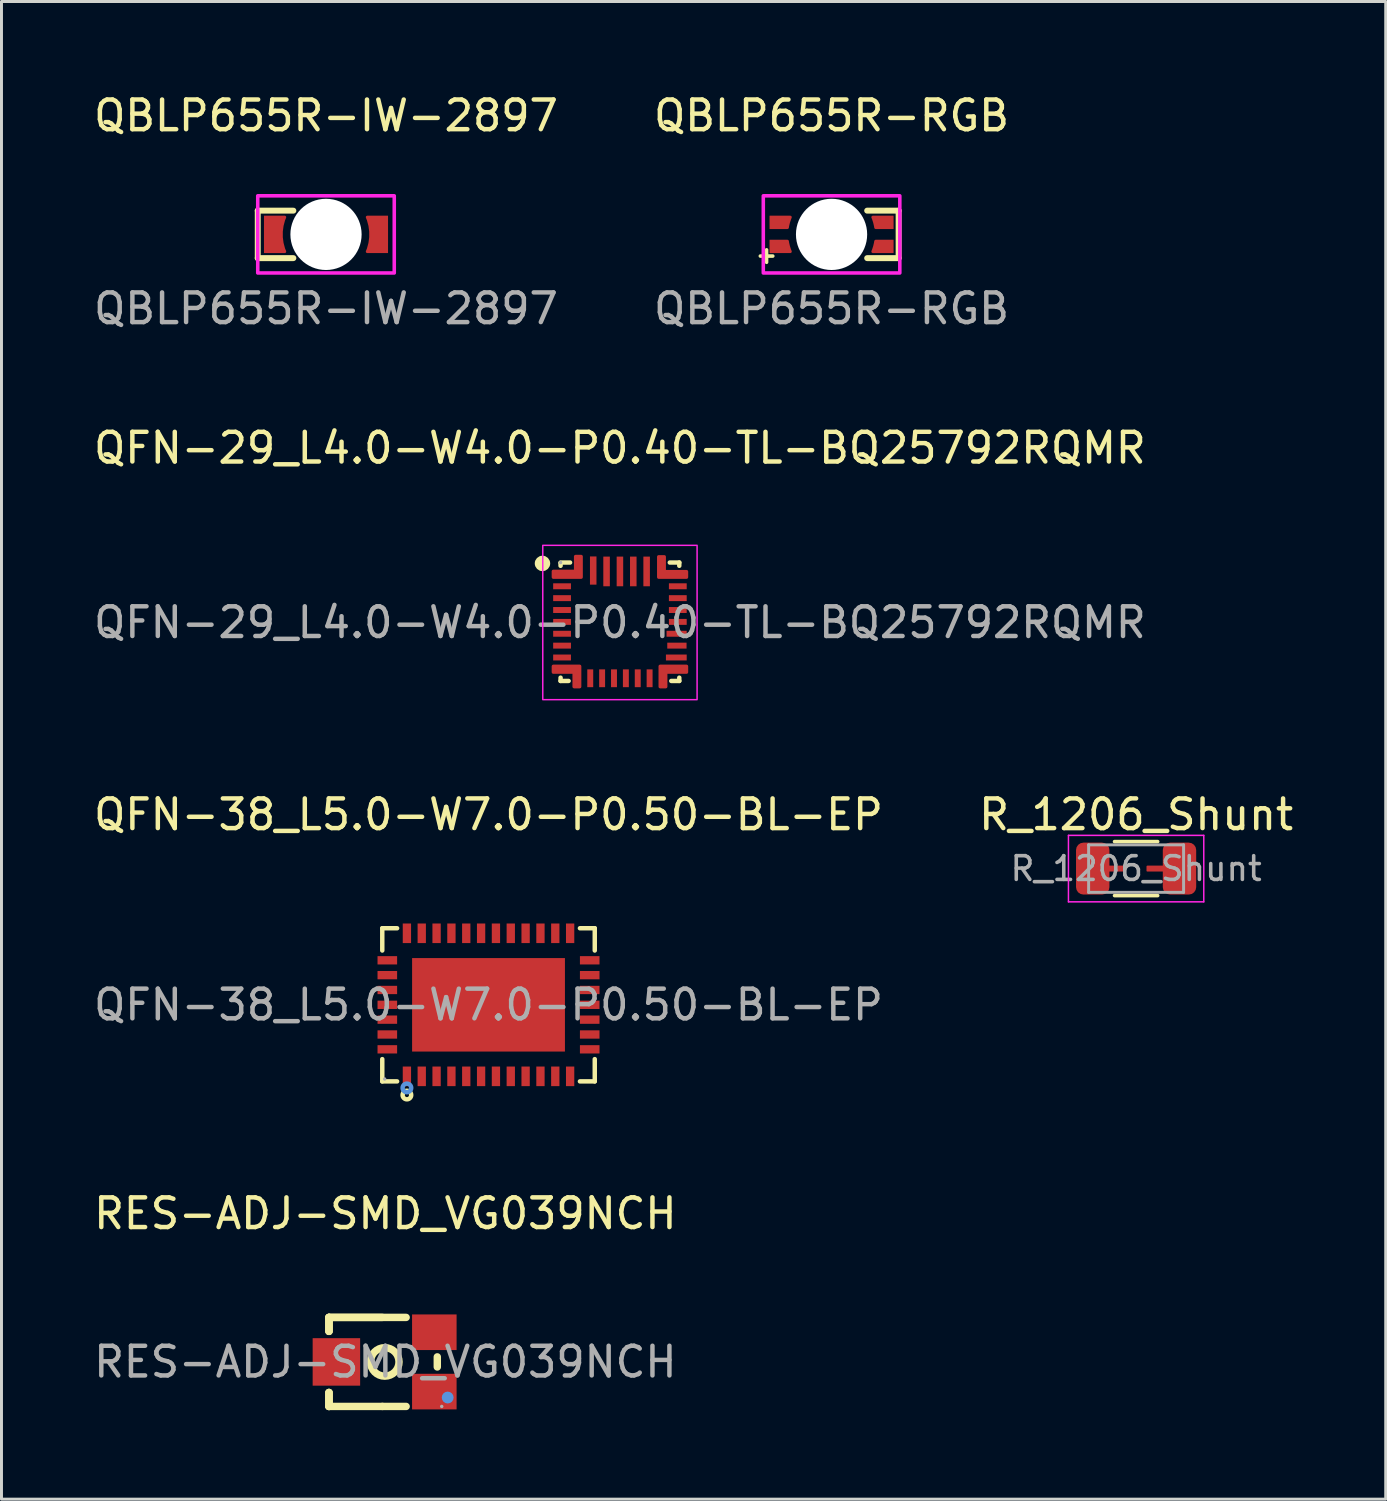
<source format=kicad_pcb>
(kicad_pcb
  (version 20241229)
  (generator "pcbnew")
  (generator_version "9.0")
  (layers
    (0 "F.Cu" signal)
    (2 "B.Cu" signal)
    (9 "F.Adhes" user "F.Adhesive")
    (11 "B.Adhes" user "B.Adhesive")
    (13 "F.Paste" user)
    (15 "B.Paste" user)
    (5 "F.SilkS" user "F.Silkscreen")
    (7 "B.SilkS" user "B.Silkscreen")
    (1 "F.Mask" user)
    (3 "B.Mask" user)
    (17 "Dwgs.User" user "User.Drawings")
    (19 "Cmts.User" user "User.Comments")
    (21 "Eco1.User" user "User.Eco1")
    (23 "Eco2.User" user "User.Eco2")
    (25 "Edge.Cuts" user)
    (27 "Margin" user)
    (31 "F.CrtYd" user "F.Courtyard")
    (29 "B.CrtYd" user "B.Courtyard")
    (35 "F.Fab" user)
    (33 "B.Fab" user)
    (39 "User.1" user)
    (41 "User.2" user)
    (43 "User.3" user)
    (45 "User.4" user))
  (footprint "QFN-29_L4.0-W4.0-P0.40-TL-BQ25792RQMR"
    (layer "F.Cu")
    (at 17.839 17.925)
    (property "Reference" "QFN-29_L4.0-W4.0-P0.40-TL-BQ25792RQMR" (at 0 -5.88 0) (layer "F.SilkS") (effects (font (size 1 1) (thickness 0.15))))
    (attr smd)
    (fp_line (start -2 -2.02) (end -1.68 -2.02) (stroke (width 0.15) (type solid)) (layer "F.SilkS"))
    (fp_line (start -2 -1.91) (end -2 -2) (stroke (width 0.15) (type solid)) (layer "F.SilkS"))
    (fp_line (start -2 1.97) (end -2 1.86) (stroke (width 0.15) (type solid)) (layer "F.SilkS"))
    (fp_line (start -1.73 1.97) (end -2 1.97) (stroke (width 0.15) (type solid)) (layer "F.SilkS"))
    (fp_line (start 1.68 -2.02) (end 2 -2.02) (stroke (width 0.15) (type solid)) (layer "F.SilkS"))
    (fp_line (start 2 -2.02) (end 2 -1.91) (stroke (width 0.15) (type solid)) (layer "F.SilkS"))
    (fp_line (start 2 1.86) (end 2 1.97) (stroke (width 0.15) (type solid)) (layer "F.SilkS"))
    (fp_line (start 2 1.97) (end 1.73 1.97) (stroke (width 0.15) (type solid)) (layer "F.SilkS"))
    (fp_circle (center -2.61 -1.99) (end -2.48 -1.99) (stroke (width 0.26) (type solid)) (fill no) (layer "F.SilkS"))
    (fp_rect (start -2.6 -2.6) (end 2.6 2.6) (stroke (width 0.05) (type default)) (fill no) (layer "F.CrtYd"))
    (fp_circle (center -2 -2.02) (end -1.97 -2.02) (stroke (width 0.06) (type solid)) (fill no) (layer "F.Fab"))
    (fp_text user "${REFERENCE}" (at 0 0 0) (layer "F.Fab") (effects (font (size 1 1) (thickness 0.15))))
    (pad "1" smd custom (at -1.77 -1.6) (size 0.01 0.01) (layers "F.Cu" "F.Mask" "F.Paste") (options (anchor circle)) (primitives (gr_poly (pts (xy 0.47 -0.13) (xy 0.47 -0.63) (xy 0.27 -0.63) (xy 0.27 -0.13) (xy -0.48 -0.13) (xy -0.48 0.08) (xy 0.47 0.08) (xy 0.47 -0.13)) (width 0.1) (fill yes))))
    (pad "2" smd rect (at -1.95 -1.22) (size 0.6 0.2) (layers "F.Cu" "F.Mask" "F.Paste"))
    (pad "3" smd rect (at -1.95 -0.82) (size 0.6 0.2) (layers "F.Cu" "F.Mask" "F.Paste"))
    (pad "4" smd rect (at -1.95 -0.42) (size 0.6 0.2) (layers "F.Cu" "F.Mask" "F.Paste"))
    (pad "5" smd rect (at -1.95 -0.02) (size 0.6 0.2) (layers "F.Cu" "F.Mask" "F.Paste"))
    (pad "6" smd rect (at -1.95 0.38) (size 0.6 0.2) (layers "F.Cu" "F.Mask" "F.Paste"))
    (pad "7" smd rect (at -1.95 0.78) (size 0.6 0.2) (layers "F.Cu" "F.Mask" "F.Paste"))
    (pad "8" smd rect (at -1.95 1.18) (size 0.6 0.2) (layers "F.Cu" "F.Mask" "F.Paste"))
    (pad "9" smd custom (at -1.55 1.6) (size 0.01 0.01) (layers "F.Cu" "F.Mask" "F.Paste") (options (anchor circle)) (primitives (gr_poly (pts (xy 0.2 0.08) (xy 0.2 -0.13) (xy 0 -0.13) (xy -0.7 -0.13) (xy -0.7 0.08) (xy 0 0.08) (xy 0 0.57) (xy 0.2 0.57) (xy 0.2 0.08)) (width 0.1) (fill yes))))
    (pad "10" smd rect (at -1 1.88) (size 0.2 0.6) (layers "F.Cu" "F.Mask" "F.Paste"))
    (pad "11" smd rect (at -0.6 1.88) (size 0.2 0.6) (layers "F.Cu" "F.Mask" "F.Paste"))
    (pad "12" smd rect (at -0.2 1.88) (size 0.2 0.6) (layers "F.Cu" "F.Mask" "F.Paste"))
    (pad "13" smd rect (at 0.2 1.88) (size 0.2 0.6) (layers "F.Cu" "F.Mask" "F.Paste"))
    (pad "14" smd rect (at 0.6 1.88) (size 0.2 0.6) (layers "F.Cu" "F.Mask" "F.Paste"))
    (pad "15" smd rect (at 1 1.88) (size 0.2 0.6) (layers "F.Cu" "F.Mask" "F.Paste"))
    (pad "16" smd custom (at 1.55 1.6) (size 0.01 0.01) (layers "F.Cu" "F.Mask" "F.Paste") (options (anchor circle)) (primitives (gr_poly (pts (xy 0.7 0.08) (xy 0.7 -0.13) (xy 0 -0.13) (xy -0.2 -0.13) (xy -0.2 0.08) (xy -0.2 0.57) (xy 0 0.57) (xy 0 0.08) (xy 0.7 0.08)) (width 0.1) (fill yes))))
    (pad "17" smd rect (at 1.9 1.18) (size 0.7 0.2) (layers "F.Cu" "F.Mask" "F.Paste"))
    (pad "18" smd rect (at 1.92 0.78) (size 0.65 0.2) (layers "F.Cu" "F.Mask" "F.Paste"))
    (pad "19" smd rect (at 1.91 0.38) (size 0.68 0.2) (layers "F.Cu" "F.Mask" "F.Paste"))
    (pad "20" smd rect (at 1.95 -0.02) (size 0.6 0.2) (layers "F.Cu" "F.Mask" "F.Paste"))
    (pad "21" smd rect (at 1.95 -0.42) (size 0.6 0.2) (layers "F.Cu" "F.Mask" "F.Paste"))
    (pad "22" smd rect (at 1.95 -0.82) (size 0.6 0.2) (layers "F.Cu" "F.Mask" "F.Paste"))
    (pad "23" smd rect (at 1.95 -1.22) (size 0.6 0.2) (layers "F.Cu" "F.Mask" "F.Paste"))
    (pad "24" smd custom (at 1.4 -1.6) (size 0.01 0.01) (layers "F.Cu" "F.Mask" "F.Paste") (options (anchor circle)) (primitives (gr_poly (pts (xy 0.1 -0.12) (xy 0.1 -0.62) (xy -0.1 -0.62) (xy -0.1 -0.12) (xy -0.1 0.08) (xy 0.85 0.08) (xy 0.85 -0.12) (xy 0.1 -0.12)) (width 0.1) (fill yes))))
    (pad "25" smd rect (at 0.9 -1.72) (size 0.22 1) (layers "F.Cu" "F.Mask" "F.Paste"))
    (pad "26" smd rect (at 0.45 -1.72) (size 0.22 1) (layers "F.Cu" "F.Mask" "F.Paste"))
    (pad "27" smd rect (at 0 -1.72) (size 0.22 1) (layers "F.Cu" "F.Mask" "F.Paste"))
    (pad "28" smd rect (at -0.45 -1.72) (size 0.22 1) (layers "F.Cu" "F.Mask" "F.Paste"))
    (pad "29" smd rect (at -0.9 -1.75) (size 0.22 0.95) (layers "F.Cu" "F.Mask" "F.Paste")))
  (footprint "QBLP655R-RGB"
    (layer "F.Cu")
    (at 24.97 4.848)
    (property "Reference" "QBLP655R-RGB" (at 0 -4 0) (unlocked yes) (layer "F.SilkS") (effects (font (size 1 1) (thickness 0.15))))
    (attr smd)
    (fp_line (start -2.4 0.73) (end -1.98 0.73) (stroke (width 0.12) (type default)) (layer "F.SilkS"))
    (fp_line (start -2.19 0.52) (end -2.19 0.94) (stroke (width 0.12) (type default)) (layer "F.SilkS"))
    (fp_line (start 2.26 -0.8) (end 1.2 -0.8) (stroke (width 0.2) (type default)) (layer "F.SilkS"))
    (fp_line (start 2.26 0.8) (end 1.2 0.8) (stroke (width 0.2) (type default)) (layer "F.SilkS"))
    (fp_line (start 2.26 0.8) (end 2.26 -0.8) (stroke (width 0.2) (type default)) (layer "F.SilkS"))
    (fp_rect (start -2.3 -1.3) (end 2.3 1.3) (stroke (width 0.12) (type default)) (fill no) (layer "F.CrtYd"))
    (fp_text user "${REFERENCE}" (at 0 2.5 0) (unlocked yes) (layer "F.Fab") (effects (font (size 1 1) (thickness 0.15))))
    (pad "" np_thru_hole circle (at 0 0) (size 2.4 2.4) (drill 2.4) (layers "*.Cu" "*.Mask"))
    (pad "1" smd custom (at 1.7 0.4 180) (size 0.22 0.22) (layers "F.Cu" "F.Mask" "F.Paste") (options (anchor circle)) (primitives (gr_poly (pts (xy 0.22 0.2) (xy 0.31 -0.21) (xy 0.31 -0.23) (xy -0.38 -0.23) (xy -0.384 -0.23) (xy -0.39 -0.224) (xy -0.39 -0.22) (xy -0.39 0.21) (xy -0.39 0.214) (xy -0.384 0.22) (xy -0.38 0.22) (xy 0.21 0.22)) (width 0) (fill yes)) (gr_arc (start 0.212119 0.170325) (mid 0.250511 -0.007785) (end 0.310001 -0.18) (width 0.1))))
    (pad "2" smd custom (at -1.7 0.4 180) (size 0.22 0.22) (layers "F.Cu" "F.Mask" "F.Paste") (options (anchor circle)) (primitives (gr_poly (pts (xy -0.22 0.2) (xy -0.31 -0.21) (xy -0.31 -0.23) (xy 0.38 -0.23) (xy 0.384 -0.23) (xy 0.39 -0.224) (xy 0.39 -0.22) (xy 0.39 0.21) (xy 0.39 0.214) (xy 0.384 0.22) (xy 0.38 0.22) (xy -0.21 0.22)) (width 0) (fill yes)) (gr_arc (start -0.310001 -0.18) (mid -0.250511 -0.007785) (end -0.212119 0.170325) (width 0.1))))
    (pad "3" smd custom (at -1.7 -0.4) (size 0.22 0.22) (layers "F.Cu" "F.Mask" "F.Paste") (options (anchor circle)) (primitives (gr_poly (pts (xy 0.22 0.2) (xy 0.31 -0.21) (xy 0.31 -0.23) (xy -0.38 -0.23) (xy -0.384 -0.23) (xy -0.39 -0.224) (xy -0.39 -0.22) (xy -0.39 0.21) (xy -0.39 0.214) (xy -0.384 0.22) (xy -0.38 0.22) (xy 0.21 0.22)) (width 0) (fill yes)) (gr_arc (start 0.212119 0.170325) (mid 0.250511 -0.007785) (end 0.310001 -0.18) (width 0.1))))
    (pad "4" smd custom (at 1.7 -0.4) (size 0.22 0.22) (layers "F.Cu" "F.Mask" "F.Paste") (options (anchor circle)) (primitives (gr_poly (pts (xy -0.22 0.2) (xy -0.31 -0.21) (xy -0.31 -0.23) (xy 0.38 -0.23) (xy 0.384 -0.23) (xy 0.39 -0.224) (xy 0.39 -0.22) (xy 0.39 0.21) (xy 0.39 0.214) (xy 0.384 0.22) (xy 0.38 0.22) (xy -0.21 0.22)) (width 0) (fill yes)) (gr_arc (start -0.310001 -0.18) (mid -0.250511 -0.007785) (end -0.212119 0.170325) (width 0.1)))))
  (footprint "RES-ADJ-SMD_VG039NCH"
    (layer "F.Cu")
    (at 9.935 42.841)
    (property "Reference" "RES-ADJ-SMD_VG039NCH" (at 0 -5 0) (layer "F.SilkS") (effects (font (size 1 1) (thickness 0.15))))
    (attr smd)
    (fp_line (start -1.9 -1.5) (end 0.7 -1.5) (stroke (width 0.25) (type solid)) (layer "F.SilkS"))
    (fp_line (start -1.9 -1.03) (end -1.9 -1.5) (stroke (width 0.25) (type solid)) (layer "F.SilkS"))
    (fp_line (start -1.9 -1.03) (end -1.9 -1.5) (stroke (width 0.25) (type solid)) (layer "F.SilkS"))
    (fp_line (start -1.9 -1.03) (end -1.9 -1.5) (stroke (width 0.25) (type solid)) (layer "F.SilkS"))
    (fp_line (start -1.9 1.5) (end -1.9 1.03) (stroke (width 0.25) (type solid)) (layer "F.SilkS"))
    (fp_line (start -1.9 1.5) (end -1.9 1.03) (stroke (width 0.25) (type solid)) (layer "F.SilkS"))
    (fp_line (start -1.9 1.5) (end -1.9 1.03) (stroke (width 0.25) (type solid)) (layer "F.SilkS"))
    (fp_line (start -0.1 -1.5) (end -1.9 -1.5) (stroke (width 0.25) (type solid)) (layer "F.SilkS"))
    (fp_line (start -0.1 1.5) (end -1.9 1.5) (stroke (width 0.25) (type solid)) (layer "F.SilkS"))
    (fp_line (start -0.1 1.5) (end 0.7 1.5) (stroke (width 0.25) (type solid)) (layer "F.SilkS"))
    (fp_line (start 1.75 0.17) (end 1.75 -0.17) (stroke (width 0.25) (type solid)) (layer "F.SilkS"))
    (fp_circle (center -0.02 0) (end 0.46 0) (stroke (width 0.25) (type solid)) (fill no) (layer "F.SilkS"))
    (fp_circle (center 2.1 1.2) (end 2.2 1.2) (stroke (width 0.2) (type solid)) (fill no) (layer "Cmts.User"))
    (fp_circle (center 1.9 1.5) (end 1.93 1.5) (stroke (width 0.06) (type solid)) (fill no) (layer "F.Fab"))
    (fp_text user "${REFERENCE}" (at 0 0 0) (layer "F.Fab") (effects (font (size 1 1) (thickness 0.15))))
    (pad "1" smd rect (at 1.65 1 90) (size 1.2 1.5) (layers "F.Cu" "F.Mask" "F.Paste"))
    (pad "2" smd rect (at -1.65 0 90) (size 1.6 1.6) (layers "F.Cu" "F.Mask" "F.Paste"))
    (pad "3" smd rect (at 1.65 -1 90) (size 1.2 1.5) (layers "F.Cu" "F.Mask" "F.Paste")))
  (footprint "QFN-38_L5.0-W7.0-P0.50-BL-EP"
    (layer "F.Cu")
    (at 13.411 30.808)
    (property "Reference" "QFN-38_L5.0-W7.0-P0.50-BL-EP" (at 0 -6.41 0) (layer "F.SilkS") (effects (font (size 1 1) (thickness 0.15))))
    (attr smd)
    (fp_line (start -3.58 -2.58) (end -3.08 -2.58) (stroke (width 0.15) (type solid)) (layer "F.SilkS"))
    (fp_line (start -3.58 -1.83) (end -3.58 -2.58) (stroke (width 0.15) (type solid)) (layer "F.SilkS"))
    (fp_line (start -3.58 1.83) (end -3.58 2.58) (stroke (width 0.15) (type solid)) (layer "F.SilkS"))
    (fp_line (start -3.58 2.58) (end -3.08 2.58) (stroke (width 0.15) (type solid)) (layer "F.SilkS"))
    (fp_line (start 3.58 -2.58) (end 3.08 -2.58) (stroke (width 0.15) (type solid)) (layer "F.SilkS"))
    (fp_line (start 3.58 -1.83) (end 3.58 -2.58) (stroke (width 0.15) (type solid)) (layer "F.SilkS"))
    (fp_line (start 3.58 1.83) (end 3.58 2.58) (stroke (width 0.15) (type solid)) (layer "F.SilkS"))
    (fp_line (start 3.58 2.58) (end 3.08 2.58) (stroke (width 0.15) (type solid)) (layer "F.SilkS"))
    (fp_circle (center -2.75 3.04) (end -2.68 3.04) (stroke (width 0.15) (type solid)) (fill no) (layer "F.SilkS"))
    (fp_circle (center -2.75 2.8) (end -2.68 2.8) (stroke (width 0.15) (type solid)) (fill no) (layer "Cmts.User"))
    (fp_circle (center -3.5 2.5) (end -3.47 2.5) (stroke (width 0.06) (type solid)) (fill no) (layer "F.Fab"))
    (fp_text user "${REFERENCE}" (at 0 0 0) (layer "F.Fab") (effects (font (size 1 1) (thickness 0.15))))
    (pad "1" smd rect (at -2.75 2.41) (size 0.28 0.66) (layers "F.Cu" "F.Mask" "F.Paste"))
    (pad "2" smd rect (at -2.25 2.41) (size 0.28 0.66) (layers "F.Cu" "F.Mask" "F.Paste"))
    (pad "3" smd rect (at -1.75 2.41) (size 0.28 0.66) (layers "F.Cu" "F.Mask" "F.Paste"))
    (pad "4" smd rect (at -1.25 2.41) (size 0.28 0.66) (layers "F.Cu" "F.Mask" "F.Paste"))
    (pad "5" smd rect (at -0.75 2.41) (size 0.28 0.66) (layers "F.Cu" "F.Mask" "F.Paste"))
    (pad "6" smd rect (at -0.25 2.41) (size 0.28 0.66) (layers "F.Cu" "F.Mask" "F.Paste"))
    (pad "7" smd rect (at 0.25 2.41) (size 0.28 0.66) (layers "F.Cu" "F.Mask" "F.Paste"))
    (pad "8" smd rect (at 0.75 2.41) (size 0.28 0.66) (layers "F.Cu" "F.Mask" "F.Paste"))
    (pad "9" smd rect (at 1.25 2.41) (size 0.28 0.66) (layers "F.Cu" "F.Mask" "F.Paste"))
    (pad "10" smd rect (at 1.75 2.41) (size 0.28 0.66) (layers "F.Cu" "F.Mask" "F.Paste"))
    (pad "11" smd rect (at 2.25 2.41) (size 0.28 0.66) (layers "F.Cu" "F.Mask" "F.Paste"))
    (pad "12" smd rect (at 2.75 2.41) (size 0.28 0.66) (layers "F.Cu" "F.Mask" "F.Paste"))
    (pad "13" smd rect (at 3.41 1.5) (size 0.66 0.28) (layers "F.Cu" "F.Mask" "F.Paste"))
    (pad "14" smd rect (at 3.41 1) (size 0.66 0.28) (layers "F.Cu" "F.Mask" "F.Paste"))
    (pad "15" smd rect (at 3.41 0.5) (size 0.66 0.28) (layers "F.Cu" "F.Mask" "F.Paste"))
    (pad "16" smd rect (at 3.41 0) (size 0.66 0.28) (layers "F.Cu" "F.Mask" "F.Paste"))
    (pad "17" smd rect (at 3.41 -0.5) (size 0.66 0.28) (layers "F.Cu" "F.Mask" "F.Paste"))
    (pad "18" smd rect (at 3.41 -1) (size 0.66 0.28) (layers "F.Cu" "F.Mask" "F.Paste"))
    (pad "19" smd rect (at 3.41 -1.5) (size 0.66 0.28) (layers "F.Cu" "F.Mask" "F.Paste"))
    (pad "20" smd rect (at 2.75 -2.41) (size 0.28 0.66) (layers "F.Cu" "F.Mask" "F.Paste"))
    (pad "21" smd rect (at 2.25 -2.41) (size 0.28 0.66) (layers "F.Cu" "F.Mask" "F.Paste"))
    (pad "22" smd rect (at 1.75 -2.41) (size 0.28 0.66) (layers "F.Cu" "F.Mask" "F.Paste"))
    (pad "23" smd rect (at 1.25 -2.41) (size 0.28 0.66) (layers "F.Cu" "F.Mask" "F.Paste"))
    (pad "24" smd rect (at 0.75 -2.41) (size 0.28 0.66) (layers "F.Cu" "F.Mask" "F.Paste"))
    (pad "25" smd rect (at 0.25 -2.41) (size 0.28 0.66) (layers "F.Cu" "F.Mask" "F.Paste"))
    (pad "26" smd rect (at -0.25 -2.41) (size 0.28 0.66) (layers "F.Cu" "F.Mask" "F.Paste"))
    (pad "27" smd rect (at -0.75 -2.41) (size 0.28 0.66) (layers "F.Cu" "F.Mask" "F.Paste"))
    (pad "28" smd rect (at -1.25 -2.41) (size 0.28 0.66) (layers "F.Cu" "F.Mask" "F.Paste"))
    (pad "29" smd rect (at -1.75 -2.41) (size 0.28 0.66) (layers "F.Cu" "F.Mask" "F.Paste"))
    (pad "30" smd rect (at -2.25 -2.41) (size 0.28 0.66) (layers "F.Cu" "F.Mask" "F.Paste"))
    (pad "31" smd rect (at -2.75 -2.41) (size 0.28 0.66) (layers "F.Cu" "F.Mask" "F.Paste"))
    (pad "32" smd rect (at -3.41 -1.5) (size 0.66 0.28) (layers "F.Cu" "F.Mask" "F.Paste"))
    (pad "33" smd rect (at -3.41 -1) (size 0.66 0.28) (layers "F.Cu" "F.Mask" "F.Paste"))
    (pad "34" smd rect (at -3.41 -0.5) (size 0.66 0.28) (layers "F.Cu" "F.Mask" "F.Paste"))
    (pad "35" smd rect (at -3.41 0) (size 0.66 0.28) (layers "F.Cu" "F.Mask" "F.Paste"))
    (pad "36" smd rect (at -3.41 0.5) (size 0.66 0.28) (layers "F.Cu" "F.Mask" "F.Paste"))
    (pad "37" smd rect (at -3.41 1) (size 0.66 0.28) (layers "F.Cu" "F.Mask" "F.Paste"))
    (pad "38" smd rect (at -3.41 1.5) (size 0.66 0.28) (layers "F.Cu" "F.Mask" "F.Paste"))
    (pad "39" smd rect (at 0 0) (size 5.15 3.15) (layers "F.Cu" "F.Mask" "F.Paste")))
  (footprint "R_1206_Shunt"
    (layer "F.Cu")
    (at 35.232 26.218)
    (property "Reference" "R_1206_Shunt" (at 0 -1.82 0) (layer "F.SilkS") (effects (font (size 1 1) (thickness 0.15))))
    (attr smd)
    (fp_line (start -0.727 -0.91) (end 0.727 -0.91) (stroke (width 0.12) (type solid)) (layer "F.SilkS"))
    (fp_line (start -0.727 0.91) (end 0.727 0.91) (stroke (width 0.12) (type solid)) (layer "F.SilkS"))
    (fp_line (start -2.28 -1.12) (end 2.28 -1.12) (stroke (width 0.05) (type solid)) (layer "F.CrtYd"))
    (fp_line (start -2.28 1.12) (end -2.28 -1.12) (stroke (width 0.05) (type solid)) (layer "F.CrtYd"))
    (fp_line (start 2.28 -1.12) (end 2.28 1.12) (stroke (width 0.05) (type solid)) (layer "F.CrtYd"))
    (fp_line (start 2.28 1.12) (end -2.28 1.12) (stroke (width 0.05) (type solid)) (layer "F.CrtYd"))
    (fp_line (start -1.6 -0.8) (end 1.6 -0.8) (stroke (width 0.1) (type solid)) (layer "F.Fab"))
    (fp_line (start -1.6 0.8) (end -1.6 -0.8) (stroke (width 0.1) (type solid)) (layer "F.Fab"))
    (fp_line (start 1.6 -0.8) (end 1.6 0.8) (stroke (width 0.1) (type solid)) (layer "F.Fab"))
    (fp_line (start 1.6 0.8) (end -1.6 0.8) (stroke (width 0.1) (type solid)) (layer "F.Fab"))
    (fp_text user "${REFERENCE}" (at 0 0 0) (layer "F.Fab") (effects (font (size 0.8 0.8) (thickness 0.12))))
    (pad "1" smd roundrect (at -1.462 0) (size 1.125 1.75) (layers "F.Cu" "F.Mask" "F.Paste") (roundrect_rratio 0.222))
    (pad "2" smd roundrect (at -0.65 0) (size 0.6 0.2) (layers "F.Cu") (roundrect_rratio 0.15))
    (pad "3" smd roundrect (at 0.65 0) (size 0.6 0.2) (layers "F.Cu") (roundrect_rratio 0.15))
    (pad "4" smd roundrect (at 1.462 0) (size 1.125 1.75) (layers "F.Cu" "F.Mask" "F.Paste") (roundrect_rratio 0.222)))
  (footprint "QBLP655R-IW-2897"
    (layer "F.Cu")
    (at 7.935 4.848)
    (property "Reference" "QBLP655R-IW-2897" (at 0 -4 0) (unlocked yes) (layer "F.SilkS") (effects (font (size 1 1) (thickness 0.15))))
    (attr smd)
    (fp_line (start -2.3 -0.8) (end -2.3 0.8) (stroke (width 0.2) (type default)) (layer "F.SilkS"))
    (fp_line (start -2.3 -0.8) (end -1.1 -0.8) (stroke (width 0.2) (type default)) (layer "F.SilkS"))
    (fp_line (start -2.3 0.8) (end -1.1 0.8) (stroke (width 0.2) (type default)) (layer "F.SilkS"))
    (fp_rect (start -2.3 -1.3) (end 2.3 1.3) (stroke (width 0.12) (type default)) (fill no) (layer "F.CrtYd"))
    (fp_text user "${REFERENCE}" (at 0 2.5 0) (unlocked yes) (layer "F.Fab") (effects (font (size 1 1) (thickness 0.15))))
    (pad "" np_thru_hole circle (at 0 0) (size 2.4 2.4) (drill 2.4) (layers "*.Cu" "*.Mask"))
    (pad "1" smd custom (at -1.8 0 180) (size 0.22 0.22) (layers "F.Cu" "F.Mask" "F.Paste") (options (anchor circle)) (primitives (gr_rect (start -0.29 -0.3) (end 0.29 0.28) (width 0.001) (fill yes)) (gr_poly (pts (xy -0.32 0.2) (xy -0.41 0.61) (xy -0.41 0.63) (xy 0.28 0.63) (xy 0.284 0.63) (xy 0.29 0.624) (xy 0.29 0.62) (xy 0.29 0.19) (xy 0.29 0.186) (xy 0.284 0.18) (xy 0.28 0.18) (xy -0.31 0.18)) (width 0) (fill yes)) (gr_arc (start -0.410001 -0.58) (mid -0.294632 0) (end -0.410001 0.58) (width 0.1)) (gr_poly (pts (xy -0.32 -0.2) (xy -0.41 -0.61) (xy -0.41 -0.63) (xy 0.28 -0.63) (xy 0.284 -0.63) (xy 0.29 -0.624) (xy 0.29 -0.62) (xy 0.29 -0.19) (xy 0.29 -0.186) (xy 0.284 -0.18) (xy 0.28 -0.18) (xy -0.31 -0.18)) (width 0) (fill yes))))
    (pad "2" smd custom (at 1.8 0) (size 0.22 0.22) (layers "F.Cu" "F.Mask" "F.Paste") (options (anchor circle)) (primitives (gr_rect (start -0.29 -0.3) (end 0.29 0.28) (width 0.001) (fill yes)) (gr_poly (pts (xy -0.32 0.2) (xy -0.41 0.61) (xy -0.41 0.63) (xy 0.28 0.63) (xy 0.284 0.63) (xy 0.29 0.624) (xy 0.29 0.62) (xy 0.29 0.19) (xy 0.29 0.186) (xy 0.284 0.18) (xy 0.28 0.18) (xy -0.31 0.18)) (width 0) (fill yes)) (gr_arc (start -0.410001 -0.58) (mid -0.294632 0) (end -0.410001 0.58) (width 0.1)) (gr_poly (pts (xy -0.32 -0.2) (xy -0.41 -0.61) (xy -0.41 -0.63) (xy 0.28 -0.63) (xy 0.284 -0.63) (xy 0.29 -0.624) (xy 0.29 -0.62) (xy 0.29 -0.19) (xy 0.29 -0.186) (xy 0.284 -0.18) (xy 0.28 -0.18) (xy -0.31 -0.18)) (width 0) (fill yes)))))
  (gr_rect
    (start -3 -3)
    (end 43.643 47.466)
    (stroke (width 0.1) (type default))
    (fill no)
    (layer "Edge.Cuts")))
</source>
